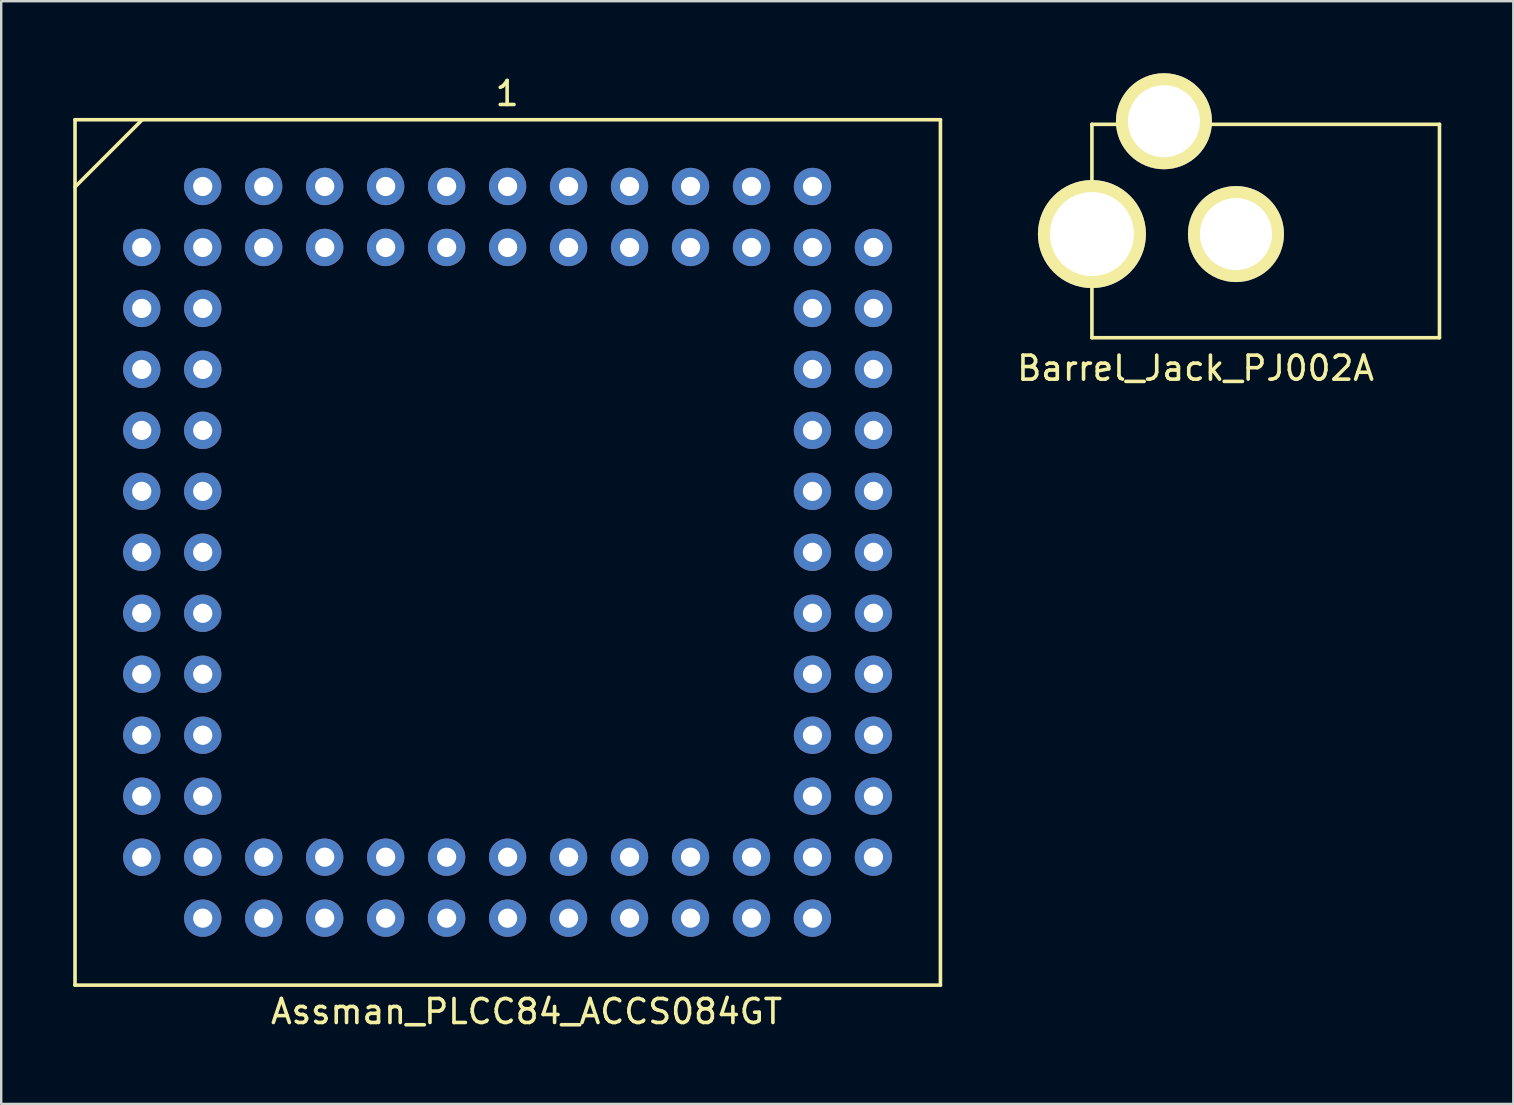
<source format=kicad_pcb>
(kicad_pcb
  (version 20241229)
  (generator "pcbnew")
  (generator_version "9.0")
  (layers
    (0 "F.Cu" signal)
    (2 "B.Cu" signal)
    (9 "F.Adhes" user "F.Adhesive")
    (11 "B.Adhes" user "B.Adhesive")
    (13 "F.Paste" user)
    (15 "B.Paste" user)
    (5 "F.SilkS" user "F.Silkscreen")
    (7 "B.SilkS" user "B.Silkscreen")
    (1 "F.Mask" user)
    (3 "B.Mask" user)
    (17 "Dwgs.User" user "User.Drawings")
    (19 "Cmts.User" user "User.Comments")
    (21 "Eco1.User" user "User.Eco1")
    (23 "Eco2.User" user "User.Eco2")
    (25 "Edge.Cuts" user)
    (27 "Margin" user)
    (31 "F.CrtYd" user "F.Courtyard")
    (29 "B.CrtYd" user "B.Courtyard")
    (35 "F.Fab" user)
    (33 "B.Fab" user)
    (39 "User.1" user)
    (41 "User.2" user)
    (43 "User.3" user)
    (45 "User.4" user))
  (footprint "Barrel_Jack_PJ002A"
    (layer "F.Cu")
    (at 49.802 6.7)
    (property "Reference" "Barrel_Jack_PJ002A" (at -3.048 5.588 0) (layer "F.SilkS") (effects (font (size 1 1) (thickness 0.15))))
    (attr through_hole)
    (fp_line (start -7.366 4.318) (end -7.366 -4.572) (stroke (width 0.15) (type solid)) (layer "F.SilkS"))
    (fp_line (start -7.366 4.318) (end 7.112 4.318) (stroke (width 0.15) (type solid)) (layer "F.SilkS"))
    (fp_line (start 7.112 -4.572) (end -7.366 -4.572) (stroke (width 0.15) (type solid)) (layer "F.SilkS"))
    (fp_line (start 7.112 4.318) (end 7.112 -4.572) (stroke (width 0.15) (type solid)) (layer "F.SilkS"))
    (pad "1" thru_hole circle (at -7.366 0) (size 4.5 4.5) (drill 3.5) (layers "*.Cu" "*.Mask" "F.SilkS"))
    (pad "2" thru_hole circle (at -1.366 0) (size 4 4) (drill 3) (layers "*.Cu" "*.Mask" "F.SilkS"))
    (pad "3" thru_hole circle (at -4.366 -4.7) (size 4 4) (drill 3) (layers "*.Cu" "*.Mask" "F.SilkS")))
  (footprint "Assman_PLCC84_ACCS084GT"
    (layer "F.Cu")
    (at 5.395 4.718)
    (property "Reference" "Assman_PLCC84_ACCS084GT" (at 13.49 34.37 0) (layer "F.SilkS") (effects (font (size 1 1) (thickness 0.15))))
    (attr through_hole)
    (fp_line (start -5.32 -2.78) (end 30.73 -2.78) (stroke (width 0.15) (type solid)) (layer "F.SilkS"))
    (fp_line (start -5.32 0.02) (end -2.52 -2.78) (stroke (width 0.15) (type solid)) (layer "F.SilkS"))
    (fp_line (start -5.32 33.27) (end -5.32 -2.78) (stroke (width 0.15) (type solid)) (layer "F.SilkS"))
    (fp_line (start 30.73 -2.78) (end 30.73 33.27) (stroke (width 0.15) (type solid)) (layer "F.SilkS"))
    (fp_line (start 30.73 33.27) (end -5.32 33.27) (stroke (width 0.15) (type solid)) (layer "F.SilkS"))
    (fp_text user "1" (at 12.68 -3.87 0) (layer "F.SilkS") (effects (font (size 1 1) (thickness 0.15))))
    (pad "1" thru_hole circle (at 12.7 0) (size 1.554 1.554) (drill 0.8) (layers "*.Cu" "*.Mask"))
    (pad "2" thru_hole circle (at 12.7 2.54) (size 1.554 1.554) (drill 0.8) (layers "*.Cu" "*.Mask"))
    (pad "3" thru_hole circle (at 10.16 0) (size 1.554 1.554) (drill 0.8) (layers "*.Cu" "*.Mask"))
    (pad "4" thru_hole circle (at 10.16 2.54) (size 1.554 1.554) (drill 0.8) (layers "*.Cu" "*.Mask"))
    (pad "5" thru_hole circle (at 7.62 0) (size 1.554 1.554) (drill 0.8) (layers "*.Cu" "*.Mask"))
    (pad "6" thru_hole circle (at 7.62 2.54) (size 1.554 1.554) (drill 0.8) (layers "*.Cu" "*.Mask"))
    (pad "7" thru_hole circle (at 5.08 0) (size 1.554 1.554) (drill 0.8) (layers "*.Cu" "*.Mask"))
    (pad "8" thru_hole circle (at 5.08 2.54) (size 1.554 1.554) (drill 0.8) (layers "*.Cu" "*.Mask"))
    (pad "9" thru_hole circle (at 2.54 0) (size 1.554 1.554) (drill 0.8) (layers "*.Cu" "*.Mask"))
    (pad "10" thru_hole circle (at 2.54 2.54) (size 1.554 1.554) (drill 0.8) (layers "*.Cu" "*.Mask"))
    (pad "11" thru_hole circle (at 0 0) (size 1.554 1.554) (drill 0.8) (layers "*.Cu" "*.Mask"))
    (pad "12" thru_hole circle (at -2.54 2.54) (size 1.554 1.554) (drill 0.8) (layers "*.Cu" "*.Mask"))
    (pad "13" thru_hole circle (at 0 2.54) (size 1.554 1.554) (drill 0.8) (layers "*.Cu" "*.Mask"))
    (pad "14" thru_hole circle (at -2.54 5.08) (size 1.554 1.554) (drill 0.8) (layers "*.Cu" "*.Mask"))
    (pad "15" thru_hole circle (at 0 5.08) (size 1.554 1.554) (drill 0.8) (layers "*.Cu" "*.Mask"))
    (pad "16" thru_hole circle (at -2.54 7.62) (size 1.554 1.554) (drill 0.8) (layers "*.Cu" "*.Mask"))
    (pad "17" thru_hole circle (at 0 7.62) (size 1.554 1.554) (drill 0.8) (layers "*.Cu" "*.Mask"))
    (pad "18" thru_hole circle (at -2.54 10.16) (size 1.554 1.554) (drill 0.8) (layers "*.Cu" "*.Mask"))
    (pad "19" thru_hole circle (at 0 10.16) (size 1.554 1.554) (drill 0.8) (layers "*.Cu" "*.Mask"))
    (pad "20" thru_hole circle (at -2.54 12.7) (size 1.554 1.554) (drill 0.8) (layers "*.Cu" "*.Mask"))
    (pad "21" thru_hole circle (at 0 12.7) (size 1.554 1.554) (drill 0.8) (layers "*.Cu" "*.Mask"))
    (pad "22" thru_hole circle (at -2.54 15.24) (size 1.554 1.554) (drill 0.8) (layers "*.Cu" "*.Mask"))
    (pad "23" thru_hole circle (at 0 15.24) (size 1.554 1.554) (drill 0.8) (layers "*.Cu" "*.Mask"))
    (pad "24" thru_hole circle (at -2.54 17.78) (size 1.554 1.554) (drill 0.8) (layers "*.Cu" "*.Mask"))
    (pad "25" thru_hole circle (at 0 17.78) (size 1.554 1.554) (drill 0.8) (layers "*.Cu" "*.Mask"))
    (pad "26" thru_hole circle (at -2.54 20.32) (size 1.554 1.554) (drill 0.8) (layers "*.Cu" "*.Mask"))
    (pad "27" thru_hole circle (at 0 20.32) (size 1.554 1.554) (drill 0.8) (layers "*.Cu" "*.Mask"))
    (pad "28" thru_hole circle (at -2.54 22.86) (size 1.554 1.554) (drill 0.8) (layers "*.Cu" "*.Mask"))
    (pad "29" thru_hole circle (at 0 22.86) (size 1.554 1.554) (drill 0.8) (layers "*.Cu" "*.Mask"))
    (pad "30" thru_hole circle (at -2.54 25.4) (size 1.554 1.554) (drill 0.8) (layers "*.Cu" "*.Mask"))
    (pad "31" thru_hole circle (at 0 25.4) (size 1.554 1.554) (drill 0.8) (layers "*.Cu" "*.Mask"))
    (pad "32" thru_hole circle (at -2.54 27.94) (size 1.554 1.554) (drill 0.8) (layers "*.Cu" "*.Mask"))
    (pad "33" thru_hole circle (at 0 30.48) (size 1.554 1.554) (drill 0.8) (layers "*.Cu" "*.Mask"))
    (pad "34" thru_hole circle (at 0 27.94) (size 1.554 1.554) (drill 0.8) (layers "*.Cu" "*.Mask"))
    (pad "35" thru_hole circle (at 2.54 30.48) (size 1.554 1.554) (drill 0.8) (layers "*.Cu" "*.Mask"))
    (pad "36" thru_hole circle (at 2.54 27.94) (size 1.554 1.554) (drill 0.8) (layers "*.Cu" "*.Mask"))
    (pad "37" thru_hole circle (at 5.08 30.48) (size 1.554 1.554) (drill 0.8) (layers "*.Cu" "*.Mask"))
    (pad "38" thru_hole circle (at 5.08 27.94) (size 1.554 1.554) (drill 0.8) (layers "*.Cu" "*.Mask"))
    (pad "39" thru_hole circle (at 7.62 30.48) (size 1.554 1.554) (drill 0.8) (layers "*.Cu" "*.Mask"))
    (pad "40" thru_hole circle (at 7.62 27.94) (size 1.554 1.554) (drill 0.8) (layers "*.Cu" "*.Mask"))
    (pad "41" thru_hole circle (at 10.16 30.48) (size 1.554 1.554) (drill 0.8) (layers "*.Cu" "*.Mask"))
    (pad "42" thru_hole circle (at 10.16 27.94) (size 1.554 1.554) (drill 0.8) (layers "*.Cu" "*.Mask"))
    (pad "43" thru_hole circle (at 12.7 30.48) (size 1.554 1.554) (drill 0.8) (layers "*.Cu" "*.Mask"))
    (pad "44" thru_hole circle (at 12.7 27.94) (size 1.554 1.554) (drill 0.8) (layers "*.Cu" "*.Mask"))
    (pad "45" thru_hole circle (at 15.24 30.48) (size 1.554 1.554) (drill 0.8) (layers "*.Cu" "*.Mask"))
    (pad "46" thru_hole circle (at 15.24 27.94) (size 1.554 1.554) (drill 0.8) (layers "*.Cu" "*.Mask"))
    (pad "47" thru_hole circle (at 17.78 30.48) (size 1.554 1.554) (drill 0.8) (layers "*.Cu" "*.Mask"))
    (pad "48" thru_hole circle (at 17.78 27.94) (size 1.554 1.554) (drill 0.8) (layers "*.Cu" "*.Mask"))
    (pad "49" thru_hole circle (at 20.32 30.48) (size 1.554 1.554) (drill 0.8) (layers "*.Cu" "*.Mask"))
    (pad "50" thru_hole circle (at 20.32 27.94) (size 1.554 1.554) (drill 0.8) (layers "*.Cu" "*.Mask"))
    (pad "51" thru_hole circle (at 22.86 30.48) (size 1.554 1.554) (drill 0.8) (layers "*.Cu" "*.Mask"))
    (pad "52" thru_hole circle (at 22.86 27.94) (size 1.554 1.554) (drill 0.8) (layers "*.Cu" "*.Mask"))
    (pad "53" thru_hole circle (at 25.4 30.48) (size 1.554 1.554) (drill 0.8) (layers "*.Cu" "*.Mask"))
    (pad "54" thru_hole circle (at 27.94 27.94) (size 1.554 1.554) (drill 0.8) (layers "*.Cu" "*.Mask"))
    (pad "55" thru_hole circle (at 25.4 27.94) (size 1.554 1.554) (drill 0.8) (layers "*.Cu" "*.Mask"))
    (pad "56" thru_hole circle (at 27.94 25.4) (size 1.554 1.554) (drill 0.8) (layers "*.Cu" "*.Mask"))
    (pad "57" thru_hole circle (at 25.4 25.4) (size 1.554 1.554) (drill 0.8) (layers "*.Cu" "*.Mask"))
    (pad "58" thru_hole circle (at 27.94 22.86) (size 1.554 1.554) (drill 0.8) (layers "*.Cu" "*.Mask"))
    (pad "59" thru_hole circle (at 25.4 22.86) (size 1.554 1.554) (drill 0.8) (layers "*.Cu" "*.Mask"))
    (pad "60" thru_hole circle (at 27.94 20.32) (size 1.554 1.554) (drill 0.8) (layers "*.Cu" "*.Mask"))
    (pad "61" thru_hole circle (at 25.4 20.32) (size 1.554 1.554) (drill 0.8) (layers "*.Cu" "*.Mask"))
    (pad "62" thru_hole circle (at 27.94 17.78) (size 1.554 1.554) (drill 0.8) (layers "*.Cu" "*.Mask"))
    (pad "63" thru_hole circle (at 25.4 17.78) (size 1.554 1.554) (drill 0.8) (layers "*.Cu" "*.Mask"))
    (pad "64" thru_hole circle (at 27.94 15.24) (size 1.554 1.554) (drill 0.8) (layers "*.Cu" "*.Mask"))
    (pad "65" thru_hole circle (at 25.4 15.24) (size 1.554 1.554) (drill 0.8) (layers "*.Cu" "*.Mask"))
    (pad "66" thru_hole circle (at 27.94 12.7) (size 1.554 1.554) (drill 0.8) (layers "*.Cu" "*.Mask"))
    (pad "67" thru_hole circle (at 25.4 12.7) (size 1.554 1.554) (drill 0.8) (layers "*.Cu" "*.Mask"))
    (pad "68" thru_hole circle (at 27.94 10.16) (size 1.554 1.554) (drill 0.8) (layers "*.Cu" "*.Mask"))
    (pad "69" thru_hole circle (at 25.4 10.16) (size 1.554 1.554) (drill 0.8) (layers "*.Cu" "*.Mask"))
    (pad "70" thru_hole circle (at 27.94 7.62) (size 1.554 1.554) (drill 0.8) (layers "*.Cu" "*.Mask"))
    (pad "71" thru_hole circle (at 25.4 7.62) (size 1.554 1.554) (drill 0.8) (layers "*.Cu" "*.Mask"))
    (pad "72" thru_hole circle (at 27.94 5.08) (size 1.554 1.554) (drill 0.8) (layers "*.Cu" "*.Mask"))
    (pad "73" thru_hole circle (at 25.4 5.08) (size 1.554 1.554) (drill 0.8) (layers "*.Cu" "*.Mask"))
    (pad "74" thru_hole circle (at 27.94 2.54) (size 1.554 1.554) (drill 0.8) (layers "*.Cu" "*.Mask"))
    (pad "75" thru_hole circle (at 25.4 0) (size 1.554 1.554) (drill 0.8) (layers "*.Cu" "*.Mask"))
    (pad "76" thru_hole circle (at 25.4 2.54) (size 1.554 1.554) (drill 0.8) (layers "*.Cu" "*.Mask"))
    (pad "77" thru_hole circle (at 22.86 0) (size 1.554 1.554) (drill 0.8) (layers "*.Cu" "*.Mask"))
    (pad "78" thru_hole circle (at 22.86 2.54) (size 1.554 1.554) (drill 0.8) (layers "*.Cu" "*.Mask"))
    (pad "79" thru_hole circle (at 20.32 0) (size 1.554 1.554) (drill 0.8) (layers "*.Cu" "*.Mask"))
    (pad "80" thru_hole circle (at 20.32 2.54) (size 1.554 1.554) (drill 0.8) (layers "*.Cu" "*.Mask"))
    (pad "81" thru_hole circle (at 17.78 0) (size 1.554 1.554) (drill 0.8) (layers "*.Cu" "*.Mask"))
    (pad "82" thru_hole circle (at 17.78 2.54) (size 1.554 1.554) (drill 0.8) (layers "*.Cu" "*.Mask"))
    (pad "83" thru_hole circle (at 15.24 0) (size 1.554 1.554) (drill 0.8) (layers "*.Cu" "*.Mask"))
    (pad "84" thru_hole circle (at 15.24 2.54) (size 1.554 1.554) (drill 0.8) (layers "*.Cu" "*.Mask")))
  (gr_rect
    (start -3 -3)
    (end 59.989 42.937)
    (stroke (width 0.1) (type default))
    (fill no)
    (layer "Edge.Cuts")))
</source>
